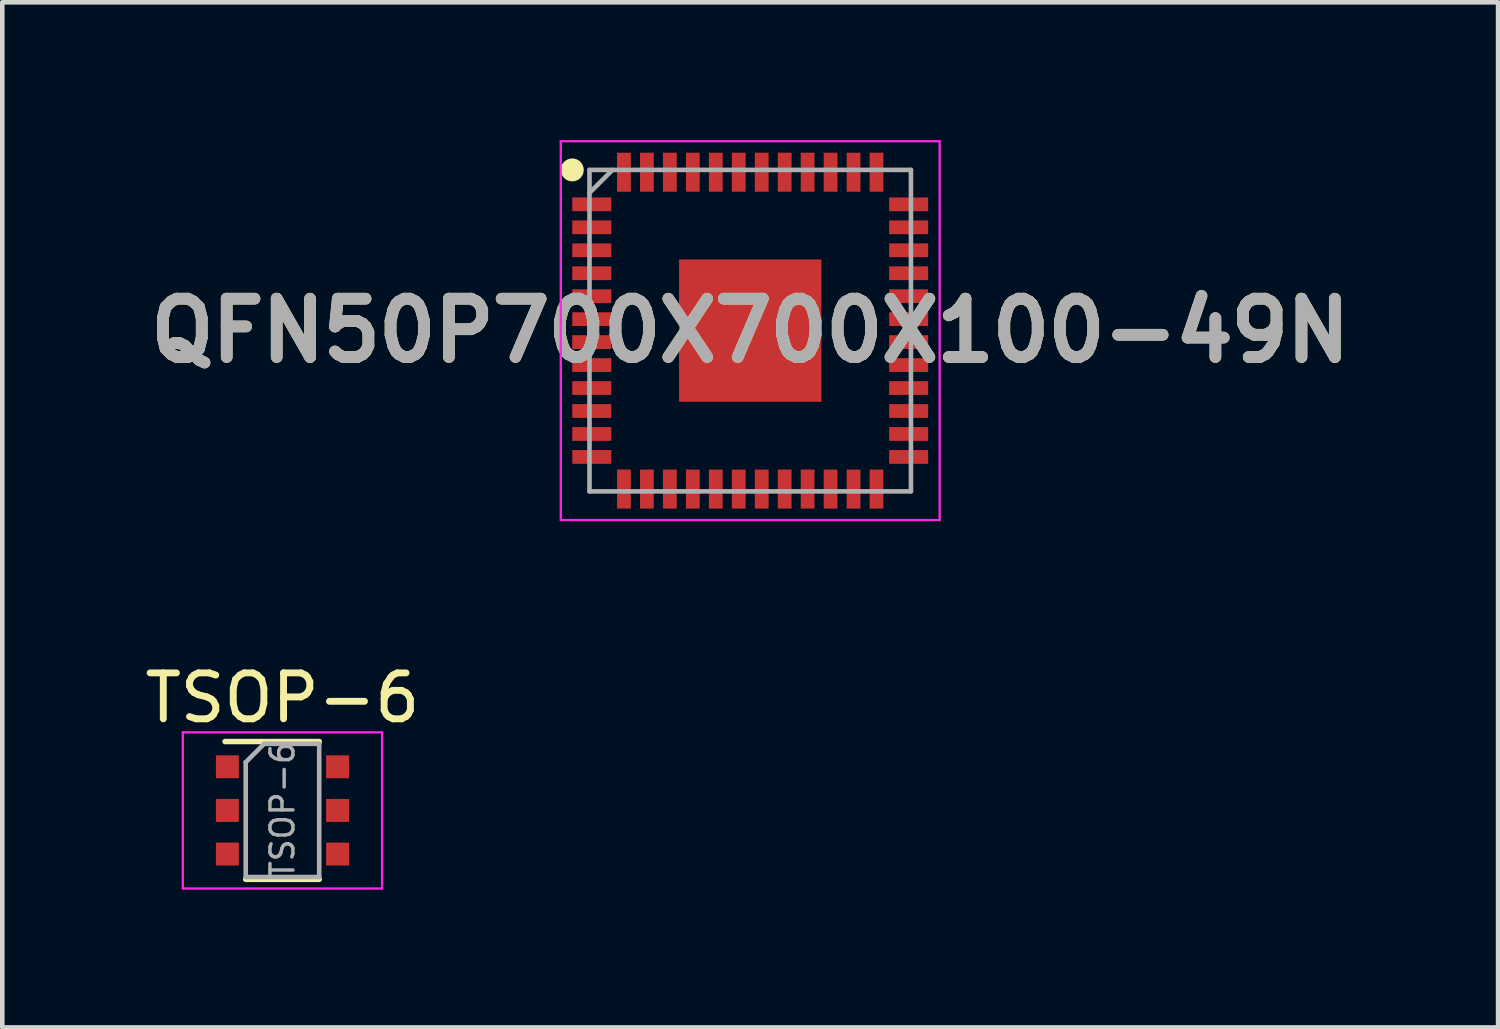
<source format=kicad_pcb>
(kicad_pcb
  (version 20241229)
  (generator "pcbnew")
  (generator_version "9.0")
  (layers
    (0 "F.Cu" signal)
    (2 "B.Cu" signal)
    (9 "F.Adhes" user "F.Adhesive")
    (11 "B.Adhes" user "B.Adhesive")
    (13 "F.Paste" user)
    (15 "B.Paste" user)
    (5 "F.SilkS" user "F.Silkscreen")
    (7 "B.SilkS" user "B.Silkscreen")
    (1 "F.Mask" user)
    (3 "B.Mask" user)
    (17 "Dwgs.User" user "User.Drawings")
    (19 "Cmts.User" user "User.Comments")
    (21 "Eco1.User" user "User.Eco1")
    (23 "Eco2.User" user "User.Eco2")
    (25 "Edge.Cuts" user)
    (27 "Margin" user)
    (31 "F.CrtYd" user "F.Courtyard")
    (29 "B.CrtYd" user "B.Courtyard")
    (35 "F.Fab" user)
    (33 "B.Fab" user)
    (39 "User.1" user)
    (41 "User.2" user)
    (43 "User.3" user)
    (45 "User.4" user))
  (footprint "QFN50P700X700X100-49N"
    (layer "F.Cu")
    (at 13.287 4.15)
    (property "Reference" "QFN50P700X700X100-49N" (at 0 0 0) (layer "F.SilkS") (effects (font (size 1.27 1.27) (thickness 0.254))))
    (attr smd)
    (fp_circle (center -3.875 -3.5) (end -3.875 -3.375) (stroke (width 0.25) (type solid)) (fill no) (layer "F.SilkS"))
    (fp_line (start -4.125 -4.125) (end 4.125 -4.125) (stroke (width 0.05) (type solid)) (layer "F.CrtYd"))
    (fp_line (start -4.125 4.125) (end -4.125 -4.125) (stroke (width 0.05) (type solid)) (layer "F.CrtYd"))
    (fp_line (start 4.125 -4.125) (end 4.125 4.125) (stroke (width 0.05) (type solid)) (layer "F.CrtYd"))
    (fp_line (start 4.125 4.125) (end -4.125 4.125) (stroke (width 0.05) (type solid)) (layer "F.CrtYd"))
    (fp_line (start -3.5 -3.5) (end 3.5 -3.5) (stroke (width 0.1) (type solid)) (layer "F.Fab"))
    (fp_line (start -3.5 -3) (end -3 -3.5) (stroke (width 0.1) (type solid)) (layer "F.Fab"))
    (fp_line (start -3.5 3.5) (end -3.5 -3.5) (stroke (width 0.1) (type solid)) (layer "F.Fab"))
    (fp_line (start 3.5 -3.5) (end 3.5 3.5) (stroke (width 0.1) (type solid)) (layer "F.Fab"))
    (fp_line (start 3.5 3.5) (end -3.5 3.5) (stroke (width 0.1) (type solid)) (layer "F.Fab"))
    (fp_text user "${REFERENCE}" (at 0 0 0) (layer "F.Fab") (effects (font (size 1.27 1.27) (thickness 0.254))))
    (pad "1" smd rect (at -3.45 -2.75 90) (size 0.3 0.85) (layers "F.Cu" "F.Mask" "F.Paste"))
    (pad "2" smd rect (at -3.45 -2.25 90) (size 0.3 0.85) (layers "F.Cu" "F.Mask" "F.Paste"))
    (pad "3" smd rect (at -3.45 -1.75 90) (size 0.3 0.85) (layers "F.Cu" "F.Mask" "F.Paste"))
    (pad "4" smd rect (at -3.45 -1.25 90) (size 0.3 0.85) (layers "F.Cu" "F.Mask" "F.Paste"))
    (pad "5" smd rect (at -3.45 -0.75 90) (size 0.3 0.85) (layers "F.Cu" "F.Mask" "F.Paste"))
    (pad "6" smd rect (at -3.45 -0.25 90) (size 0.3 0.85) (layers "F.Cu" "F.Mask" "F.Paste"))
    (pad "7" smd rect (at -3.45 0.25 90) (size 0.3 0.85) (layers "F.Cu" "F.Mask" "F.Paste"))
    (pad "8" smd rect (at -3.45 0.75 90) (size 0.3 0.85) (layers "F.Cu" "F.Mask" "F.Paste"))
    (pad "9" smd rect (at -3.45 1.25 90) (size 0.3 0.85) (layers "F.Cu" "F.Mask" "F.Paste"))
    (pad "10" smd rect (at -3.45 1.75 90) (size 0.3 0.85) (layers "F.Cu" "F.Mask" "F.Paste"))
    (pad "11" smd rect (at -3.45 2.25 90) (size 0.3 0.85) (layers "F.Cu" "F.Mask" "F.Paste"))
    (pad "12" smd rect (at -3.45 2.75 90) (size 0.3 0.85) (layers "F.Cu" "F.Mask" "F.Paste"))
    (pad "13" smd rect (at -2.75 3.45) (size 0.3 0.85) (layers "F.Cu" "F.Mask" "F.Paste"))
    (pad "14" smd rect (at -2.25 3.45) (size 0.3 0.85) (layers "F.Cu" "F.Mask" "F.Paste"))
    (pad "15" smd rect (at -1.75 3.45) (size 0.3 0.85) (layers "F.Cu" "F.Mask" "F.Paste"))
    (pad "16" smd rect (at -1.25 3.45) (size 0.3 0.85) (layers "F.Cu" "F.Mask" "F.Paste"))
    (pad "17" smd rect (at -0.75 3.45) (size 0.3 0.85) (layers "F.Cu" "F.Mask" "F.Paste"))
    (pad "18" smd rect (at -0.25 3.45) (size 0.3 0.85) (layers "F.Cu" "F.Mask" "F.Paste"))
    (pad "19" smd rect (at 0.25 3.45) (size 0.3 0.85) (layers "F.Cu" "F.Mask" "F.Paste"))
    (pad "20" smd rect (at 0.75 3.45) (size 0.3 0.85) (layers "F.Cu" "F.Mask" "F.Paste"))
    (pad "21" smd rect (at 1.25 3.45) (size 0.3 0.85) (layers "F.Cu" "F.Mask" "F.Paste"))
    (pad "22" smd rect (at 1.75 3.45) (size 0.3 0.85) (layers "F.Cu" "F.Mask" "F.Paste"))
    (pad "23" smd rect (at 2.25 3.45) (size 0.3 0.85) (layers "F.Cu" "F.Mask" "F.Paste"))
    (pad "24" smd rect (at 2.75 3.45) (size 0.3 0.85) (layers "F.Cu" "F.Mask" "F.Paste"))
    (pad "25" smd rect (at 3.45 2.75 90) (size 0.3 0.85) (layers "F.Cu" "F.Mask" "F.Paste"))
    (pad "26" smd rect (at 3.45 2.25 90) (size 0.3 0.85) (layers "F.Cu" "F.Mask" "F.Paste"))
    (pad "27" smd rect (at 3.45 1.75 90) (size 0.3 0.85) (layers "F.Cu" "F.Mask" "F.Paste"))
    (pad "28" smd rect (at 3.45 1.25 90) (size 0.3 0.85) (layers "F.Cu" "F.Mask" "F.Paste"))
    (pad "29" smd rect (at 3.45 0.75 90) (size 0.3 0.85) (layers "F.Cu" "F.Mask" "F.Paste"))
    (pad "30" smd rect (at 3.45 0.25 90) (size 0.3 0.85) (layers "F.Cu" "F.Mask" "F.Paste"))
    (pad "31" smd rect (at 3.45 -0.25 90) (size 0.3 0.85) (layers "F.Cu" "F.Mask" "F.Paste"))
    (pad "32" smd rect (at 3.45 -0.75 90) (size 0.3 0.85) (layers "F.Cu" "F.Mask" "F.Paste"))
    (pad "33" smd rect (at 3.45 -1.25 90) (size 0.3 0.85) (layers "F.Cu" "F.Mask" "F.Paste"))
    (pad "34" smd rect (at 3.45 -1.75 90) (size 0.3 0.85) (layers "F.Cu" "F.Mask" "F.Paste"))
    (pad "35" smd rect (at 3.45 -2.25 90) (size 0.3 0.85) (layers "F.Cu" "F.Mask" "F.Paste"))
    (pad "36" smd rect (at 3.45 -2.75 90) (size 0.3 0.85) (layers "F.Cu" "F.Mask" "F.Paste"))
    (pad "37" smd rect (at 2.75 -3.45) (size 0.3 0.85) (layers "F.Cu" "F.Mask" "F.Paste"))
    (pad "38" smd rect (at 2.25 -3.45) (size 0.3 0.85) (layers "F.Cu" "F.Mask" "F.Paste"))
    (pad "39" smd rect (at 1.75 -3.45) (size 0.3 0.85) (layers "F.Cu" "F.Mask" "F.Paste"))
    (pad "40" smd rect (at 1.25 -3.45) (size 0.3 0.85) (layers "F.Cu" "F.Mask" "F.Paste"))
    (pad "41" smd rect (at 0.75 -3.45) (size 0.3 0.85) (layers "F.Cu" "F.Mask" "F.Paste"))
    (pad "42" smd rect (at 0.25 -3.45) (size 0.3 0.85) (layers "F.Cu" "F.Mask" "F.Paste"))
    (pad "43" smd rect (at -0.25 -3.45) (size 0.3 0.85) (layers "F.Cu" "F.Mask" "F.Paste"))
    (pad "44" smd rect (at -0.75 -3.45) (size 0.3 0.85) (layers "F.Cu" "F.Mask" "F.Paste"))
    (pad "45" smd rect (at -1.25 -3.45) (size 0.3 0.85) (layers "F.Cu" "F.Mask" "F.Paste"))
    (pad "46" smd rect (at -1.75 -3.45) (size 0.3 0.85) (layers "F.Cu" "F.Mask" "F.Paste"))
    (pad "47" smd rect (at -2.25 -3.45) (size 0.3 0.85) (layers "F.Cu" "F.Mask" "F.Paste"))
    (pad "48" smd rect (at -2.75 -3.45) (size 0.3 0.85) (layers "F.Cu" "F.Mask" "F.Paste"))
    (pad "49" smd rect (at 0 0) (size 3.1 3.1) (layers "F.Cu" "F.Mask" "F.Paste")))
  (footprint "TSOP-6"
    (layer "F.Cu")
    (at 3.101 14.598)
    (property "Reference" "TSOP-6" (at 0 -2.45 0) (layer "F.SilkS") (effects (font (size 1 1) (thickness 0.15))))
    (attr smd)
    (fp_line (start -0.8 1.5) (end 0.8 1.5) (stroke (width 0.12) (type solid)) (layer "F.SilkS"))
    (fp_line (start 0.8 -1.5) (end -1.25 -1.5) (stroke (width 0.12) (type solid)) (layer "F.SilkS"))
    (fp_line (start -2.17 -1.7) (end -2.17 1.7) (stroke (width 0.05) (type solid)) (layer "F.CrtYd"))
    (fp_line (start -2.17 -1.7) (end 2.17 -1.7) (stroke (width 0.05) (type solid)) (layer "F.CrtYd"))
    (fp_line (start 2.17 1.7) (end -2.17 1.7) (stroke (width 0.05) (type solid)) (layer "F.CrtYd"))
    (fp_line (start 2.17 1.7) (end 2.17 -1.7) (stroke (width 0.05) (type solid)) (layer "F.CrtYd"))
    (fp_line (start -0.8 -1.05) (end -0.8 1.45) (stroke (width 0.1) (type solid)) (layer "F.Fab"))
    (fp_line (start -0.8 -1.05) (end -0.4 -1.45) (stroke (width 0.1) (type solid)) (layer "F.Fab"))
    (fp_line (start 0.8 -1.45) (end -0.4 -1.45) (stroke (width 0.1) (type solid)) (layer "F.Fab"))
    (fp_line (start 0.8 -1.45) (end 0.8 1.45) (stroke (width 0.1) (type solid)) (layer "F.Fab"))
    (fp_line (start 0.8 1.45) (end -0.8 1.45) (stroke (width 0.1) (type solid)) (layer "F.Fab"))
    (fp_text user "${REFERENCE}" (at 0 0 90) (layer "F.Fab") (effects (font (size 0.5 0.5) (thickness 0.075))))
    (pad "1" smd rect (at -1.2 -0.95) (size 0.5 0.5) (layers "F.Cu" "F.Mask" "F.Paste"))
    (pad "2" smd rect (at -1.2 0) (size 0.5 0.5) (layers "F.Cu" "F.Mask" "F.Paste"))
    (pad "3" smd rect (at -1.2 0.95) (size 0.5 0.5) (layers "F.Cu" "F.Mask" "F.Paste"))
    (pad "4" smd rect (at 1.2 0.95) (size 0.5 0.5) (layers "F.Cu" "F.Mask" "F.Paste"))
    (pad "5" smd rect (at 1.2 0) (size 0.5 0.5) (layers "F.Cu" "F.Mask" "F.Paste"))
    (pad "6" smd rect (at 1.2 -0.95) (size 0.5 0.5) (layers "F.Cu" "F.Mask" "F.Paste")))
  (gr_rect
    (start -3 -3)
    (end 29.573 19.323)
    (stroke (width 0.1) (type default))
    (fill no)
    (layer "Edge.Cuts")))
</source>
